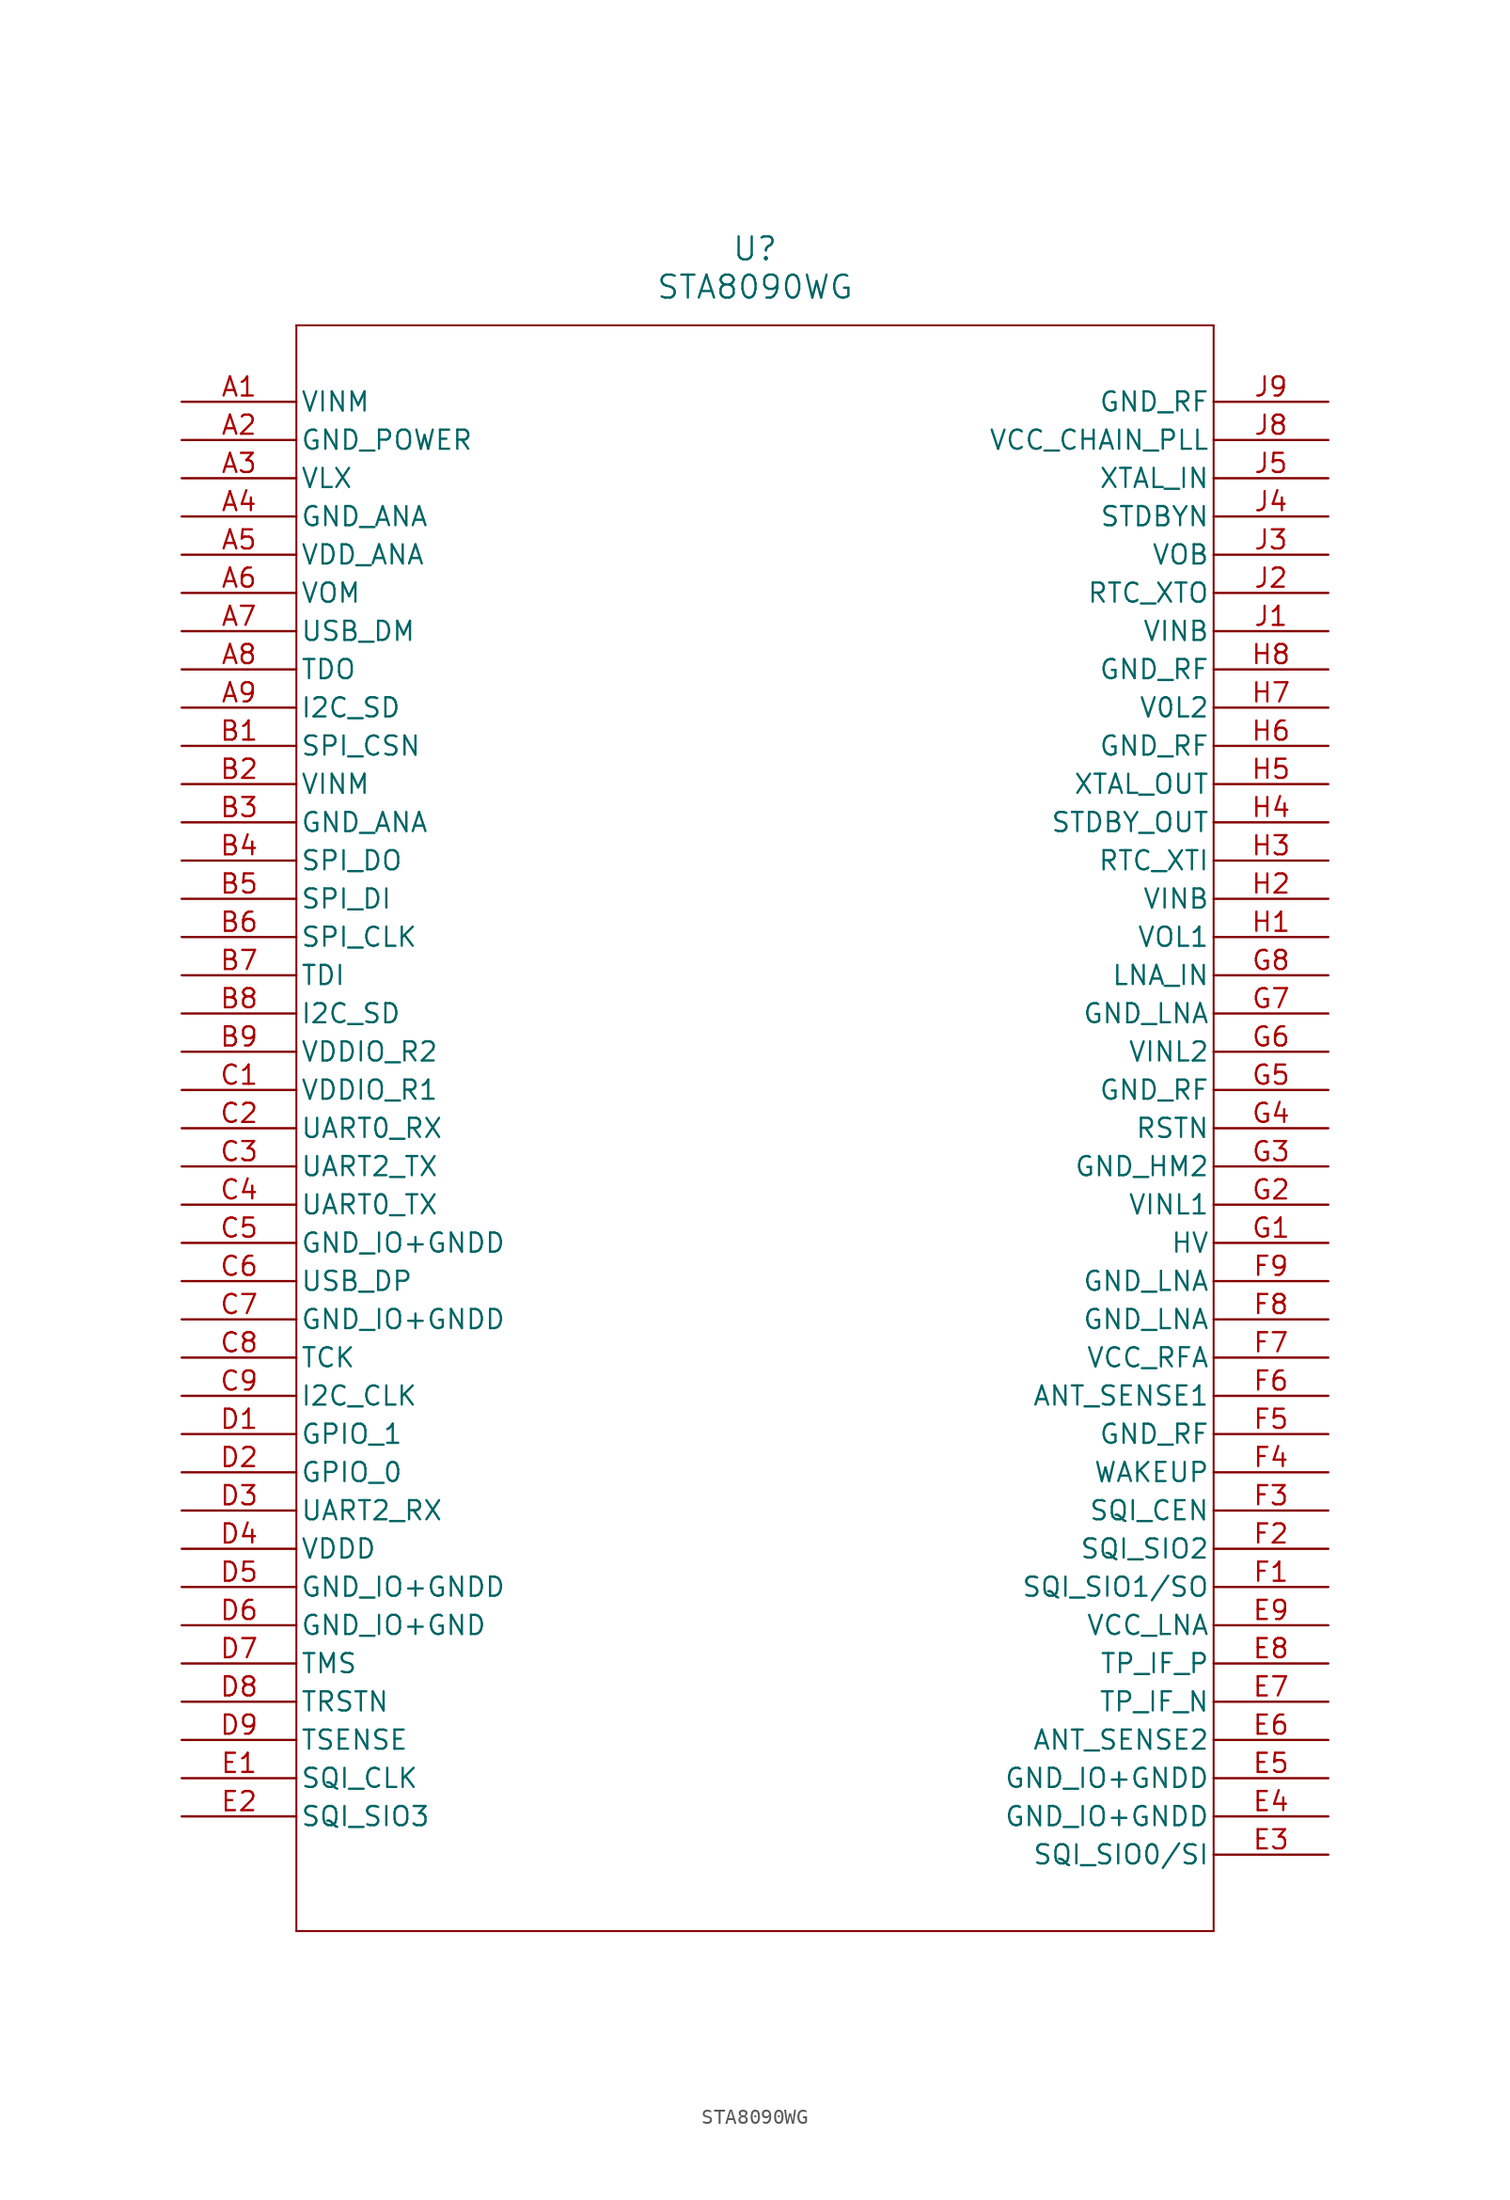
<source format=kicad_sym>
(kicad_symbol_lib
  (version 20241209)
  (generator "kicad_symbol_editor")
  (generator_version "9.0")
  (symbol "STA8090WG"
    (pin_names
      (offset 0.254))
    (property "Reference" "U"
      (at 38.1 10.16 0)
      (effects (font (size 1.524 1.524))))
    (property "Value" "STA8090WG"
      (at 38.1 7.62 0)
      (effects (font (size 1.524 1.524))))
    (property "ki_locked" ""
      (at 0 0 0)
      (effects (font (size 1.27 1.27))))
    (symbol "STA8090WG_0_1"
      (polyline (pts (xy 7.62 5.08) (xy 7.62 -101.6)) (stroke (width 0.127) (type default)) (fill (type none)))
      (polyline (pts (xy 7.62 -101.6) (xy 68.58 -101.6)) (stroke (width 0.127) (type default)) (fill (type none)))
      (polyline (pts (xy 68.58 5.08) (xy 7.62 5.08)) (stroke (width 0.127) (type default)) (fill (type none)))
      (polyline (pts (xy 68.58 -101.6) (xy 68.58 5.08)) (stroke (width 0.127) (type default)) (fill (type none)))
      (pin unspecified line (at 0 0 0) (length 7.62) (name "VINM" (effects (font (size 1.27 1.27)))) (number "A1" (effects (font (size 1.27 1.27)))))
      (pin power_out line (at 0 -2.54 0) (length 7.62) (name "GND_POWER" (effects (font (size 1.27 1.27)))) (number "A2" (effects (font (size 1.27 1.27)))))
      (pin unspecified line (at 0 -5.08 0) (length 7.62) (name "VLX" (effects (font (size 1.27 1.27)))) (number "A3" (effects (font (size 1.27 1.27)))))
      (pin power_out line (at 0 -7.62 0) (length 7.62) (name "GND_ANA" (effects (font (size 1.27 1.27)))) (number "A4" (effects (font (size 1.27 1.27)))))
      (pin power_in line (at 0 -10.16 0) (length 7.62) (name "VDD_ANA" (effects (font (size 1.27 1.27)))) (number "A5" (effects (font (size 1.27 1.27)))))
      (pin unspecified line (at 0 -12.7 0) (length 7.62) (name "VOM" (effects (font (size 1.27 1.27)))) (number "A6" (effects (font (size 1.27 1.27)))))
      (pin unspecified line (at 0 -15.24 0) (length 7.62) (name "USB_DM" (effects (font (size 1.27 1.27)))) (number "A7" (effects (font (size 1.27 1.27)))))
      (pin unspecified line (at 0 -17.78 0) (length 7.62) (name "TDO" (effects (font (size 1.27 1.27)))) (number "A8" (effects (font (size 1.27 1.27)))))
      (pin bidirectional line (at 0 -20.32 0) (length 7.62) (name "I2C_SD" (effects (font (size 1.27 1.27)))) (number "A9" (effects (font (size 1.27 1.27)))))
      (pin unspecified line (at 0 -22.86 0) (length 7.62) (name "SPI_CSN" (effects (font (size 1.27 1.27)))) (number "B1" (effects (font (size 1.27 1.27)))))
      (pin unspecified line (at 0 -25.4 0) (length 7.62) (name "VINM" (effects (font (size 1.27 1.27)))) (number "B2" (effects (font (size 1.27 1.27)))))
      (pin power_out line (at 0 -27.94 0) (length 7.62) (name "GND_ANA" (effects (font (size 1.27 1.27)))) (number "B3" (effects (font (size 1.27 1.27)))))
      (pin unspecified line (at 0 -30.48 0) (length 7.62) (name "SPI_DO" (effects (font (size 1.27 1.27)))) (number "B4" (effects (font (size 1.27 1.27)))))
      (pin unspecified line (at 0 -33.02 0) (length 7.62) (name "SPI_DI" (effects (font (size 1.27 1.27)))) (number "B5" (effects (font (size 1.27 1.27)))))
      (pin unspecified line (at 0 -35.56 0) (length 7.62) (name "SPI_CLK" (effects (font (size 1.27 1.27)))) (number "B6" (effects (font (size 1.27 1.27)))))
      (pin unspecified line (at 0 -38.1 0) (length 7.62) (name "TDI" (effects (font (size 1.27 1.27)))) (number "B7" (effects (font (size 1.27 1.27)))))
      (pin bidirectional line (at 0 -40.64 0) (length 7.62) (name "I2C_SD" (effects (font (size 1.27 1.27)))) (number "B8" (effects (font (size 1.27 1.27)))))
      (pin power_in line (at 0 -43.18 0) (length 7.62) (name "VDDIO_R2" (effects (font (size 1.27 1.27)))) (number "B9" (effects (font (size 1.27 1.27)))))
      (pin power_in line (at 0 -45.72 0) (length 7.62) (name "VDDIO_R1" (effects (font (size 1.27 1.27)))) (number "C1" (effects (font (size 1.27 1.27)))))
      (pin bidirectional line (at 0 -48.26 0) (length 7.62) (name "UART0_RX" (effects (font (size 1.27 1.27)))) (number "C2" (effects (font (size 1.27 1.27)))))
      (pin bidirectional line (at 0 -50.8 0) (length 7.62) (name "UART2_TX" (effects (font (size 1.27 1.27)))) (number "C3" (effects (font (size 1.27 1.27)))))
      (pin bidirectional line (at 0 -53.34 0) (length 7.62) (name "UART0_TX" (effects (font (size 1.27 1.27)))) (number "C4" (effects (font (size 1.27 1.27)))))
      (pin power_out line (at 0 -55.88 0) (length 7.62) (name "GND_IO+GNDD" (effects (font (size 1.27 1.27)))) (number "C5" (effects (font (size 1.27 1.27)))))
      (pin unspecified line (at 0 -58.42 0) (length 7.62) (name "USB_DP" (effects (font (size 1.27 1.27)))) (number "C6" (effects (font (size 1.27 1.27)))))
      (pin power_out line (at 0 -60.96 0) (length 7.62) (name "GND_IO+GNDD" (effects (font (size 1.27 1.27)))) (number "C7" (effects (font (size 1.27 1.27)))))
      (pin unspecified line (at 0 -63.5 0) (length 7.62) (name "TCK" (effects (font (size 1.27 1.27)))) (number "C8" (effects (font (size 1.27 1.27)))))
      (pin bidirectional line (at 0 -66.04 0) (length 7.62) (name "I2C_CLK" (effects (font (size 1.27 1.27)))) (number "C9" (effects (font (size 1.27 1.27)))))
      (pin bidirectional line (at 0 -68.58 0) (length 7.62) (name "GPIO_1" (effects (font (size 1.27 1.27)))) (number "D1" (effects (font (size 1.27 1.27)))))
      (pin bidirectional line (at 0 -71.12 0) (length 7.62) (name "GPIO_0" (effects (font (size 1.27 1.27)))) (number "D2" (effects (font (size 1.27 1.27)))))
      (pin bidirectional line (at 0 -73.66 0) (length 7.62) (name "UART2_RX" (effects (font (size 1.27 1.27)))) (number "D3" (effects (font (size 1.27 1.27)))))
      (pin power_in line (at 0 -76.2 0) (length 7.62) (name "VDDD" (effects (font (size 1.27 1.27)))) (number "D4" (effects (font (size 1.27 1.27)))))
      (pin power_out line (at 0 -78.74 0) (length 7.62) (name "GND_IO+GNDD" (effects (font (size 1.27 1.27)))) (number "D5" (effects (font (size 1.27 1.27)))))
      (pin power_out line (at 0 -81.28 0) (length 7.62) (name "GND_IO+GND" (effects (font (size 1.27 1.27)))) (number "D6" (effects (font (size 1.27 1.27)))))
      (pin unspecified line (at 0 -83.82 0) (length 7.62) (name "TMS" (effects (font (size 1.27 1.27)))) (number "D7" (effects (font (size 1.27 1.27)))))
      (pin unspecified line (at 0 -86.36 0) (length 7.62) (name "TRSTN" (effects (font (size 1.27 1.27)))) (number "D8" (effects (font (size 1.27 1.27)))))
      (pin unspecified line (at 0 -88.9 0) (length 7.62) (name "TSENSE" (effects (font (size 1.27 1.27)))) (number "D9" (effects (font (size 1.27 1.27)))))
      (pin unspecified line (at 0 -91.44 0) (length 7.62) (name "SQI_CLK" (effects (font (size 1.27 1.27)))) (number "E1" (effects (font (size 1.27 1.27)))))
      (pin bidirectional line (at 0 -93.98 0) (length 7.62) (name "SQI_SIO3" (effects (font (size 1.27 1.27)))) (number "E2" (effects (font (size 1.27 1.27)))))
      (pin power_out line (at 76.2 0 180) (length 7.62) (name "GND_RF" (effects (font (size 1.27 1.27)))) (number "J9" (effects (font (size 1.27 1.27)))))
      (pin power_in line (at 76.2 -2.54 180) (length 7.62) (name "VCC_CHAIN_PLL" (effects (font (size 1.27 1.27)))) (number "J8" (effects (font (size 1.27 1.27)))))
      (pin unspecified line (at 76.2 -5.08 180) (length 7.62) (name "XTAL_IN" (effects (font (size 1.27 1.27)))) (number "J5" (effects (font (size 1.27 1.27)))))
      (pin unspecified line (at 76.2 -7.62 180) (length 7.62) (name "STDBYN" (effects (font (size 1.27 1.27)))) (number "J4" (effects (font (size 1.27 1.27)))))
      (pin unspecified line (at 76.2 -10.16 180) (length 7.62) (name "VOB" (effects (font (size 1.27 1.27)))) (number "J3" (effects (font (size 1.27 1.27)))))
      (pin unspecified line (at 76.2 -12.7 180) (length 7.62) (name "RTC_XTO" (effects (font (size 1.27 1.27)))) (number "J2" (effects (font (size 1.27 1.27)))))
      (pin unspecified line (at 76.2 -15.24 180) (length 7.62) (name "VINB" (effects (font (size 1.27 1.27)))) (number "J1" (effects (font (size 1.27 1.27)))))
      (pin power_out line (at 76.2 -17.78 180) (length 7.62) (name "GND_RF" (effects (font (size 1.27 1.27)))) (number "H8" (effects (font (size 1.27 1.27)))))
      (pin unspecified line (at 76.2 -20.32 180) (length 7.62) (name "V0L2" (effects (font (size 1.27 1.27)))) (number "H7" (effects (font (size 1.27 1.27)))))
      (pin power_out line (at 76.2 -22.86 180) (length 7.62) (name "GND_RF" (effects (font (size 1.27 1.27)))) (number "H6" (effects (font (size 1.27 1.27)))))
      (pin output line (at 76.2 -25.4 180) (length 7.62) (name "XTAL_OUT" (effects (font (size 1.27 1.27)))) (number "H5" (effects (font (size 1.27 1.27)))))
      (pin output line (at 76.2 -27.94 180) (length 7.62) (name "STDBY_OUT" (effects (font (size 1.27 1.27)))) (number "H4" (effects (font (size 1.27 1.27)))))
      (pin unspecified line (at 76.2 -30.48 180) (length 7.62) (name "RTC_XTI" (effects (font (size 1.27 1.27)))) (number "H3" (effects (font (size 1.27 1.27)))))
      (pin unspecified line (at 76.2 -33.02 180) (length 7.62) (name "VINB" (effects (font (size 1.27 1.27)))) (number "H2" (effects (font (size 1.27 1.27)))))
      (pin unspecified line (at 76.2 -35.56 180) (length 7.62) (name "VOL1" (effects (font (size 1.27 1.27)))) (number "H1" (effects (font (size 1.27 1.27)))))
      (pin unspecified line (at 76.2 -38.1 180) (length 7.62) (name "LNA_IN" (effects (font (size 1.27 1.27)))) (number "G8" (effects (font (size 1.27 1.27)))))
      (pin power_out line (at 76.2 -40.64 180) (length 7.62) (name "GND_LNA" (effects (font (size 1.27 1.27)))) (number "G7" (effects (font (size 1.27 1.27)))))
      (pin bidirectional line (at 76.2 -43.18 180) (length 7.62) (name "VINL2" (effects (font (size 1.27 1.27)))) (number "G6" (effects (font (size 1.27 1.27)))))
      (pin power_out line (at 76.2 -45.72 180) (length 7.62) (name "GND_RF" (effects (font (size 1.27 1.27)))) (number "G5" (effects (font (size 1.27 1.27)))))
      (pin unspecified line (at 76.2 -48.26 180) (length 7.62) (name "RSTN" (effects (font (size 1.27 1.27)))) (number "G4" (effects (font (size 1.27 1.27)))))
      (pin power_out line (at 76.2 -50.8 180) (length 7.62) (name "GND_HM2" (effects (font (size 1.27 1.27)))) (number "G3" (effects (font (size 1.27 1.27)))))
      (pin bidirectional line (at 76.2 -53.34 180) (length 7.62) (name "VINL1" (effects (font (size 1.27 1.27)))) (number "G2" (effects (font (size 1.27 1.27)))))
      (pin unspecified line (at 76.2 -55.88 180) (length 7.62) (name "HV" (effects (font (size 1.27 1.27)))) (number "G1" (effects (font (size 1.27 1.27)))))
      (pin power_out line (at 76.2 -58.42 180) (length 7.62) (name "GND_LNA" (effects (font (size 1.27 1.27)))) (number "F9" (effects (font (size 1.27 1.27)))))
      (pin power_out line (at 76.2 -60.96 180) (length 7.62) (name "GND_LNA" (effects (font (size 1.27 1.27)))) (number "F8" (effects (font (size 1.27 1.27)))))
      (pin power_in line (at 76.2 -63.5 180) (length 7.62) (name "VCC_RFA" (effects (font (size 1.27 1.27)))) (number "F7" (effects (font (size 1.27 1.27)))))
      (pin bidirectional line (at 76.2 -66.04 180) (length 7.62) (name "ANT_SENSE1" (effects (font (size 1.27 1.27)))) (number "F6" (effects (font (size 1.27 1.27)))))
      (pin power_out line (at 76.2 -68.58 180) (length 7.62) (name "GND_RF" (effects (font (size 1.27 1.27)))) (number "F5" (effects (font (size 1.27 1.27)))))
      (pin unspecified line (at 76.2 -71.12 180) (length 7.62) (name "WAKEUP" (effects (font (size 1.27 1.27)))) (number "F4" (effects (font (size 1.27 1.27)))))
      (pin unspecified line (at 76.2 -73.66 180) (length 7.62) (name "SQI_CEN" (effects (font (size 1.27 1.27)))) (number "F3" (effects (font (size 1.27 1.27)))))
      (pin bidirectional line (at 76.2 -76.2 180) (length 7.62) (name "SQI_SIO2" (effects (font (size 1.27 1.27)))) (number "F2" (effects (font (size 1.27 1.27)))))
      (pin bidirectional line (at 76.2 -78.74 180) (length 7.62) (name "SQI_SIO1/SO" (effects (font (size 1.27 1.27)))) (number "F1" (effects (font (size 1.27 1.27)))))
      (pin power_in line (at 76.2 -81.28 180) (length 7.62) (name "VCC_LNA" (effects (font (size 1.27 1.27)))) (number "E9" (effects (font (size 1.27 1.27)))))
      (pin unspecified line (at 76.2 -83.82 180) (length 7.62) (name "TP_IF_P" (effects (font (size 1.27 1.27)))) (number "E8" (effects (font (size 1.27 1.27)))))
      (pin unspecified line (at 76.2 -86.36 180) (length 7.62) (name "TP_IF_N" (effects (font (size 1.27 1.27)))) (number "E7" (effects (font (size 1.27 1.27)))))
      (pin bidirectional line (at 76.2 -88.9 180) (length 7.62) (name "ANT_SENSE2" (effects (font (size 1.27 1.27)))) (number "E6" (effects (font (size 1.27 1.27)))))
      (pin power_out line (at 76.2 -91.44 180) (length 7.62) (name "GND_IO+GNDD" (effects (font (size 1.27 1.27)))) (number "E5" (effects (font (size 1.27 1.27)))))
      (pin power_out line (at 76.2 -93.98 180) (length 7.62) (name "GND_IO+GNDD" (effects (font (size 1.27 1.27)))) (number "E4" (effects (font (size 1.27 1.27)))))
      (pin bidirectional line (at 76.2 -96.52 180) (length 7.62) (name "SQI_SIO0/SI" (effects (font (size 1.27 1.27)))) (number "E3" (effects (font (size 1.27 1.27))))))))
</source>
